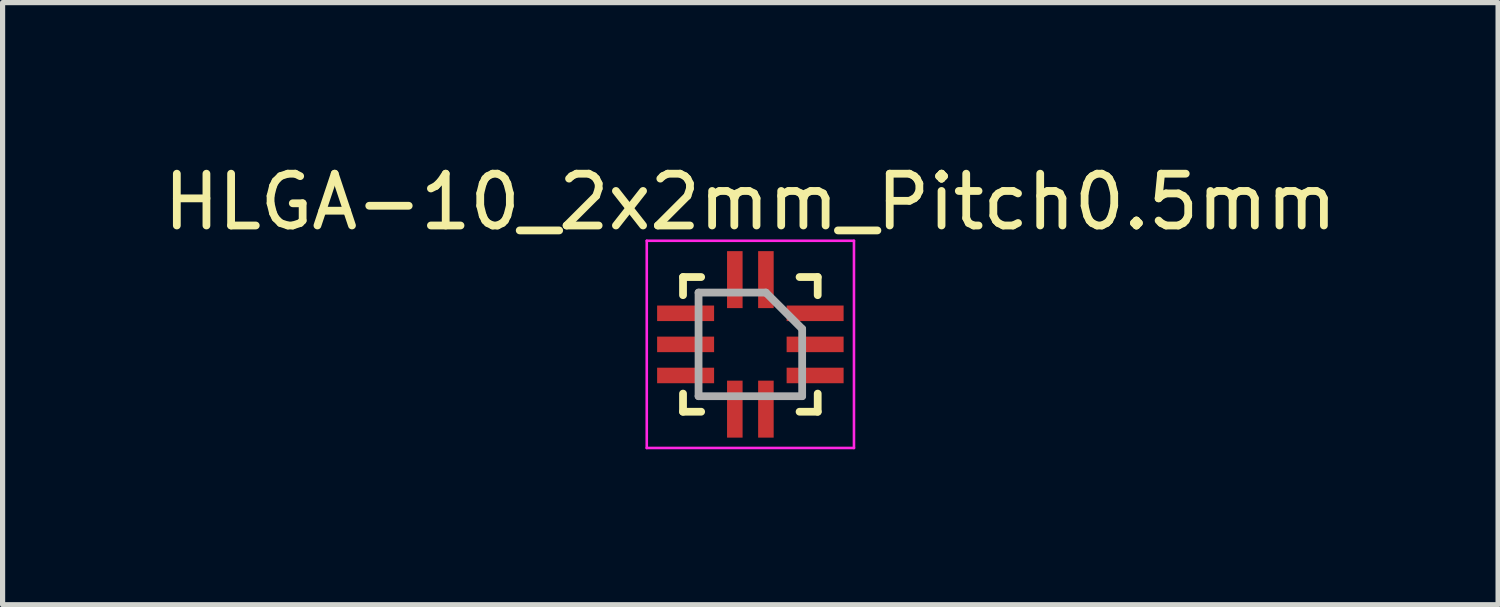
<source format=kicad_pcb>
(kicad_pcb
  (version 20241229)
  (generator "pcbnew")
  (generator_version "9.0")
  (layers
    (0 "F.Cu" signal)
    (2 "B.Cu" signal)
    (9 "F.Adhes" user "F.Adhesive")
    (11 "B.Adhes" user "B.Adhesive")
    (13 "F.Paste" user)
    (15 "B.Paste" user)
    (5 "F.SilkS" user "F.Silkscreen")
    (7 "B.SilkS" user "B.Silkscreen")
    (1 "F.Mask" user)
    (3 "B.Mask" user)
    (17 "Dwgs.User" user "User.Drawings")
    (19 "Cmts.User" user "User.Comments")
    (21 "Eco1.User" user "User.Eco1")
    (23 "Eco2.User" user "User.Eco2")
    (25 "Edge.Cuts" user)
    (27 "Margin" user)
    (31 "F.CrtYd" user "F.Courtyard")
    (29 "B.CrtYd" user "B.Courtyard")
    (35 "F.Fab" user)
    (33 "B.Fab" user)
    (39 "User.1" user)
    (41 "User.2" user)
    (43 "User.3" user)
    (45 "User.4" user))
  (footprint "HLGA-10_2x2mm_Pitch0.5mm"
    (layer "F.Cu")
    (at 11.435 3.598)
    (property "Reference" "HLGA-10_2x2mm_Pitch0.5mm" (at 0 -2.75 0) (layer "F.SilkS") (effects (font (size 1 1) (thickness 0.15))))
    (attr smd)
    (fp_line (start -1.3 -1.3) (end -1.3 -0.95) (stroke (width 0.15) (type solid)) (layer "F.SilkS"))
    (fp_line (start -1.3 -1.3) (end -0.95 -1.3) (stroke (width 0.15) (type solid)) (layer "F.SilkS"))
    (fp_line (start -1.3 1.3) (end -1.3 0.95) (stroke (width 0.15) (type solid)) (layer "F.SilkS"))
    (fp_line (start -1.3 1.3) (end -0.95 1.3) (stroke (width 0.15) (type solid)) (layer "F.SilkS"))
    (fp_line (start 1.3 -1.3) (end 0.95 -1.3) (stroke (width 0.15) (type solid)) (layer "F.SilkS"))
    (fp_line (start 1.3 -1.3) (end 1.3 -0.95) (stroke (width 0.15) (type solid)) (layer "F.SilkS"))
    (fp_line (start 1.3 1.3) (end 0.95 1.3) (stroke (width 0.15) (type solid)) (layer "F.SilkS"))
    (fp_line (start 1.3 1.3) (end 1.3 0.95) (stroke (width 0.15) (type solid)) (layer "F.SilkS"))
    (fp_line (start -2 -2) (end -2 2) (stroke (width 0.05) (type solid)) (layer "F.CrtYd"))
    (fp_line (start -2 -2) (end 2 -2) (stroke (width 0.05) (type solid)) (layer "F.CrtYd"))
    (fp_line (start -2 2) (end 2 2) (stroke (width 0.05) (type solid)) (layer "F.CrtYd"))
    (fp_line (start 2 -2) (end 2 2) (stroke (width 0.05) (type solid)) (layer "F.CrtYd"))
    (fp_line (start -1 1) (end -1 -1) (stroke (width 0.15) (type solid)) (layer "F.Fab"))
    (fp_line (start 0.3 -1) (end -1 -1) (stroke (width 0.15) (type solid)) (layer "F.Fab"))
    (fp_line (start 1 -0.3) (end 0.3 -1) (stroke (width 0.15) (type solid)) (layer "F.Fab"))
    (fp_line (start 1 1) (end -1 1) (stroke (width 0.15) (type solid)) (layer "F.Fab"))
    (fp_line (start 1 1) (end 1 -0.3) (stroke (width 0.15) (type solid)) (layer "F.Fab"))
    (pad "1" smd rect (at 0.3 -1.25 90) (size 1.1 0.3) (layers "F.Cu" "F.Mask" "F.Paste"))
    (pad "2" smd rect (at -0.3 -1.25 90) (size 1.1 0.3) (layers "F.Cu" "F.Mask" "F.Paste"))
    (pad "3" smd rect (at -1.25 -0.6) (size 1.1 0.3) (layers "F.Cu" "F.Mask" "F.Paste"))
    (pad "4" smd rect (at -1.25 0) (size 1.1 0.3) (layers "F.Cu" "F.Mask" "F.Paste"))
    (pad "5" smd rect (at -1.25 0.6) (size 1.1 0.3) (layers "F.Cu" "F.Mask" "F.Paste"))
    (pad "6" smd rect (at -0.3 1.25 90) (size 1.1 0.3) (layers "F.Cu" "F.Mask" "F.Paste"))
    (pad "7" smd rect (at 0.3 1.25 90) (size 1.1 0.3) (layers "F.Cu" "F.Mask" "F.Paste"))
    (pad "8" smd rect (at 1.25 0.6) (size 1.1 0.3) (layers "F.Cu" "F.Mask" "F.Paste"))
    (pad "9" smd rect (at 1.25 0) (size 1.1 0.3) (layers "F.Cu" "F.Mask" "F.Paste"))
    (pad "10" smd rect (at 1.25 -0.6) (size 1.1 0.3) (layers "F.Cu" "F.Mask" "F.Paste")))
  (gr_rect
    (start -3 -3)
    (end 25.869 8.623)
    (stroke (width 0.1) (type default))
    (fill no)
    (layer "Edge.Cuts")))
</source>
